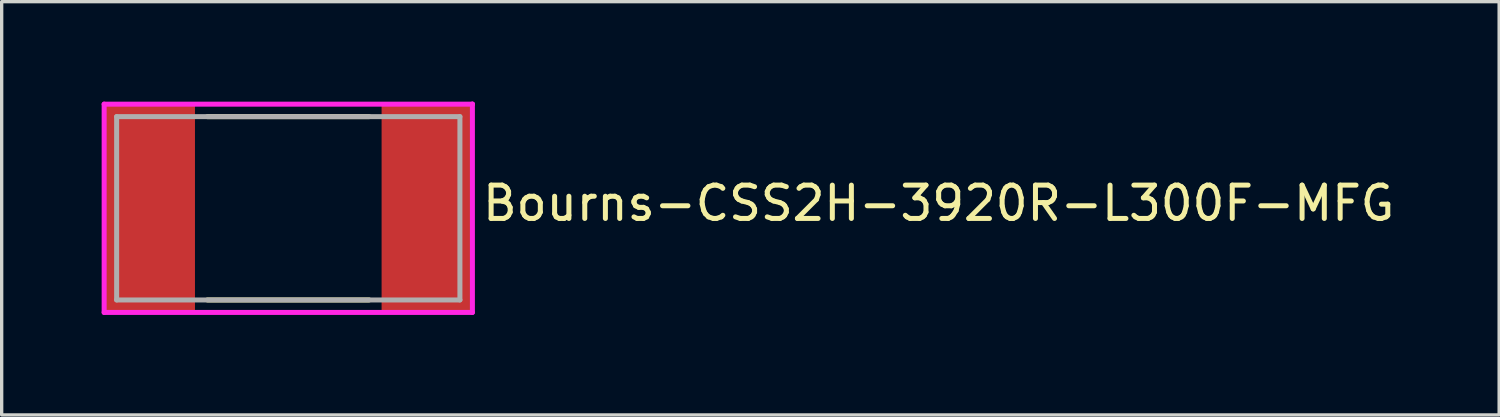
<source format=kicad_pcb>
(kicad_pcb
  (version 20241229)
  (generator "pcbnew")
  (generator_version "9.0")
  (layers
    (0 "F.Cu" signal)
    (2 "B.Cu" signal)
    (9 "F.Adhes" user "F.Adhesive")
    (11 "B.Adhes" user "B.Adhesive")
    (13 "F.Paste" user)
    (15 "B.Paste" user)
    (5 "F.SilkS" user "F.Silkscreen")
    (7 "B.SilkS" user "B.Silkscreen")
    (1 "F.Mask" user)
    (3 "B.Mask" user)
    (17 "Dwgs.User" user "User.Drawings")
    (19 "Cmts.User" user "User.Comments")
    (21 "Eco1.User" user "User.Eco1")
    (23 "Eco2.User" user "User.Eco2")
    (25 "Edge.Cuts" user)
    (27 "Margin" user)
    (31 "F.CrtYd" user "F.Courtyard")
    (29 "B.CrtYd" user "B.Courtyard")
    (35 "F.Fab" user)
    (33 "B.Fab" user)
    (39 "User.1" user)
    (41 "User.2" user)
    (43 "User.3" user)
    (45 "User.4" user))
  (footprint "Bourns-CSS2H-3920R-L300F-MFG"
    (layer "F.Cu")
    (at 5.6 3.2)
    (property "Reference" "Bourns-CSS2H-3920R-L300F-MFG" (at 5.75 -0.15 0) (layer "F.SilkS") (effects (font (size 1 1) (thickness 0.15)) (justify left)))
    (attr through_hole)
    (fp_line (start -2.425 -2.75) (end 2.425 -2.75) (stroke (width 0.15) (type solid)) (layer "F.SilkS"))
    (fp_line (start -2.425 2.75) (end 2.425 2.75) (stroke (width 0.15) (type solid)) (layer "F.SilkS"))
    (fp_line (start -5.525 -3.125) (end -5.525 3.125) (stroke (width 0.15) (type solid)) (layer "F.CrtYd"))
    (fp_line (start -5.525 3.125) (end 5.525 3.125) (stroke (width 0.15) (type solid)) (layer "F.CrtYd"))
    (fp_line (start 5.525 -3.125) (end -5.525 -3.125) (stroke (width 0.15) (type solid)) (layer "F.CrtYd"))
    (fp_line (start 5.525 -3.125) (end 5.525 -3.125) (stroke (width 0.15) (type solid)) (layer "F.CrtYd"))
    (fp_line (start 5.525 3.125) (end 5.525 -3.125) (stroke (width 0.15) (type solid)) (layer "F.CrtYd"))
    (fp_line (start -5.15 -2.75) (end 5.15 -2.75) (stroke (width 0.15) (type solid)) (layer "F.Fab"))
    (fp_line (start -5.15 2.75) (end -5.15 -2.75) (stroke (width 0.15) (type solid)) (layer "F.Fab"))
    (fp_line (start 5.15 -2.75) (end 5.15 2.75) (stroke (width 0.15) (type solid)) (layer "F.Fab"))
    (fp_line (start 5.15 2.75) (end -5.15 2.75) (stroke (width 0.15) (type solid)) (layer "F.Fab"))
    (pad "1" smd rect (at -4.15 0) (size 2.7 6.2) (layers "F.Cu" "F.Mask" "F.Paste"))
    (pad "2" smd rect (at 4.15 0) (size 2.7 6.2) (layers "F.Cu" "F.Mask" "F.Paste")))
  (gr_rect
    (start -3 -3)
    (end 41.933 9.4)
    (stroke (width 0.1) (type default))
    (fill no)
    (layer "Edge.Cuts")))
</source>
